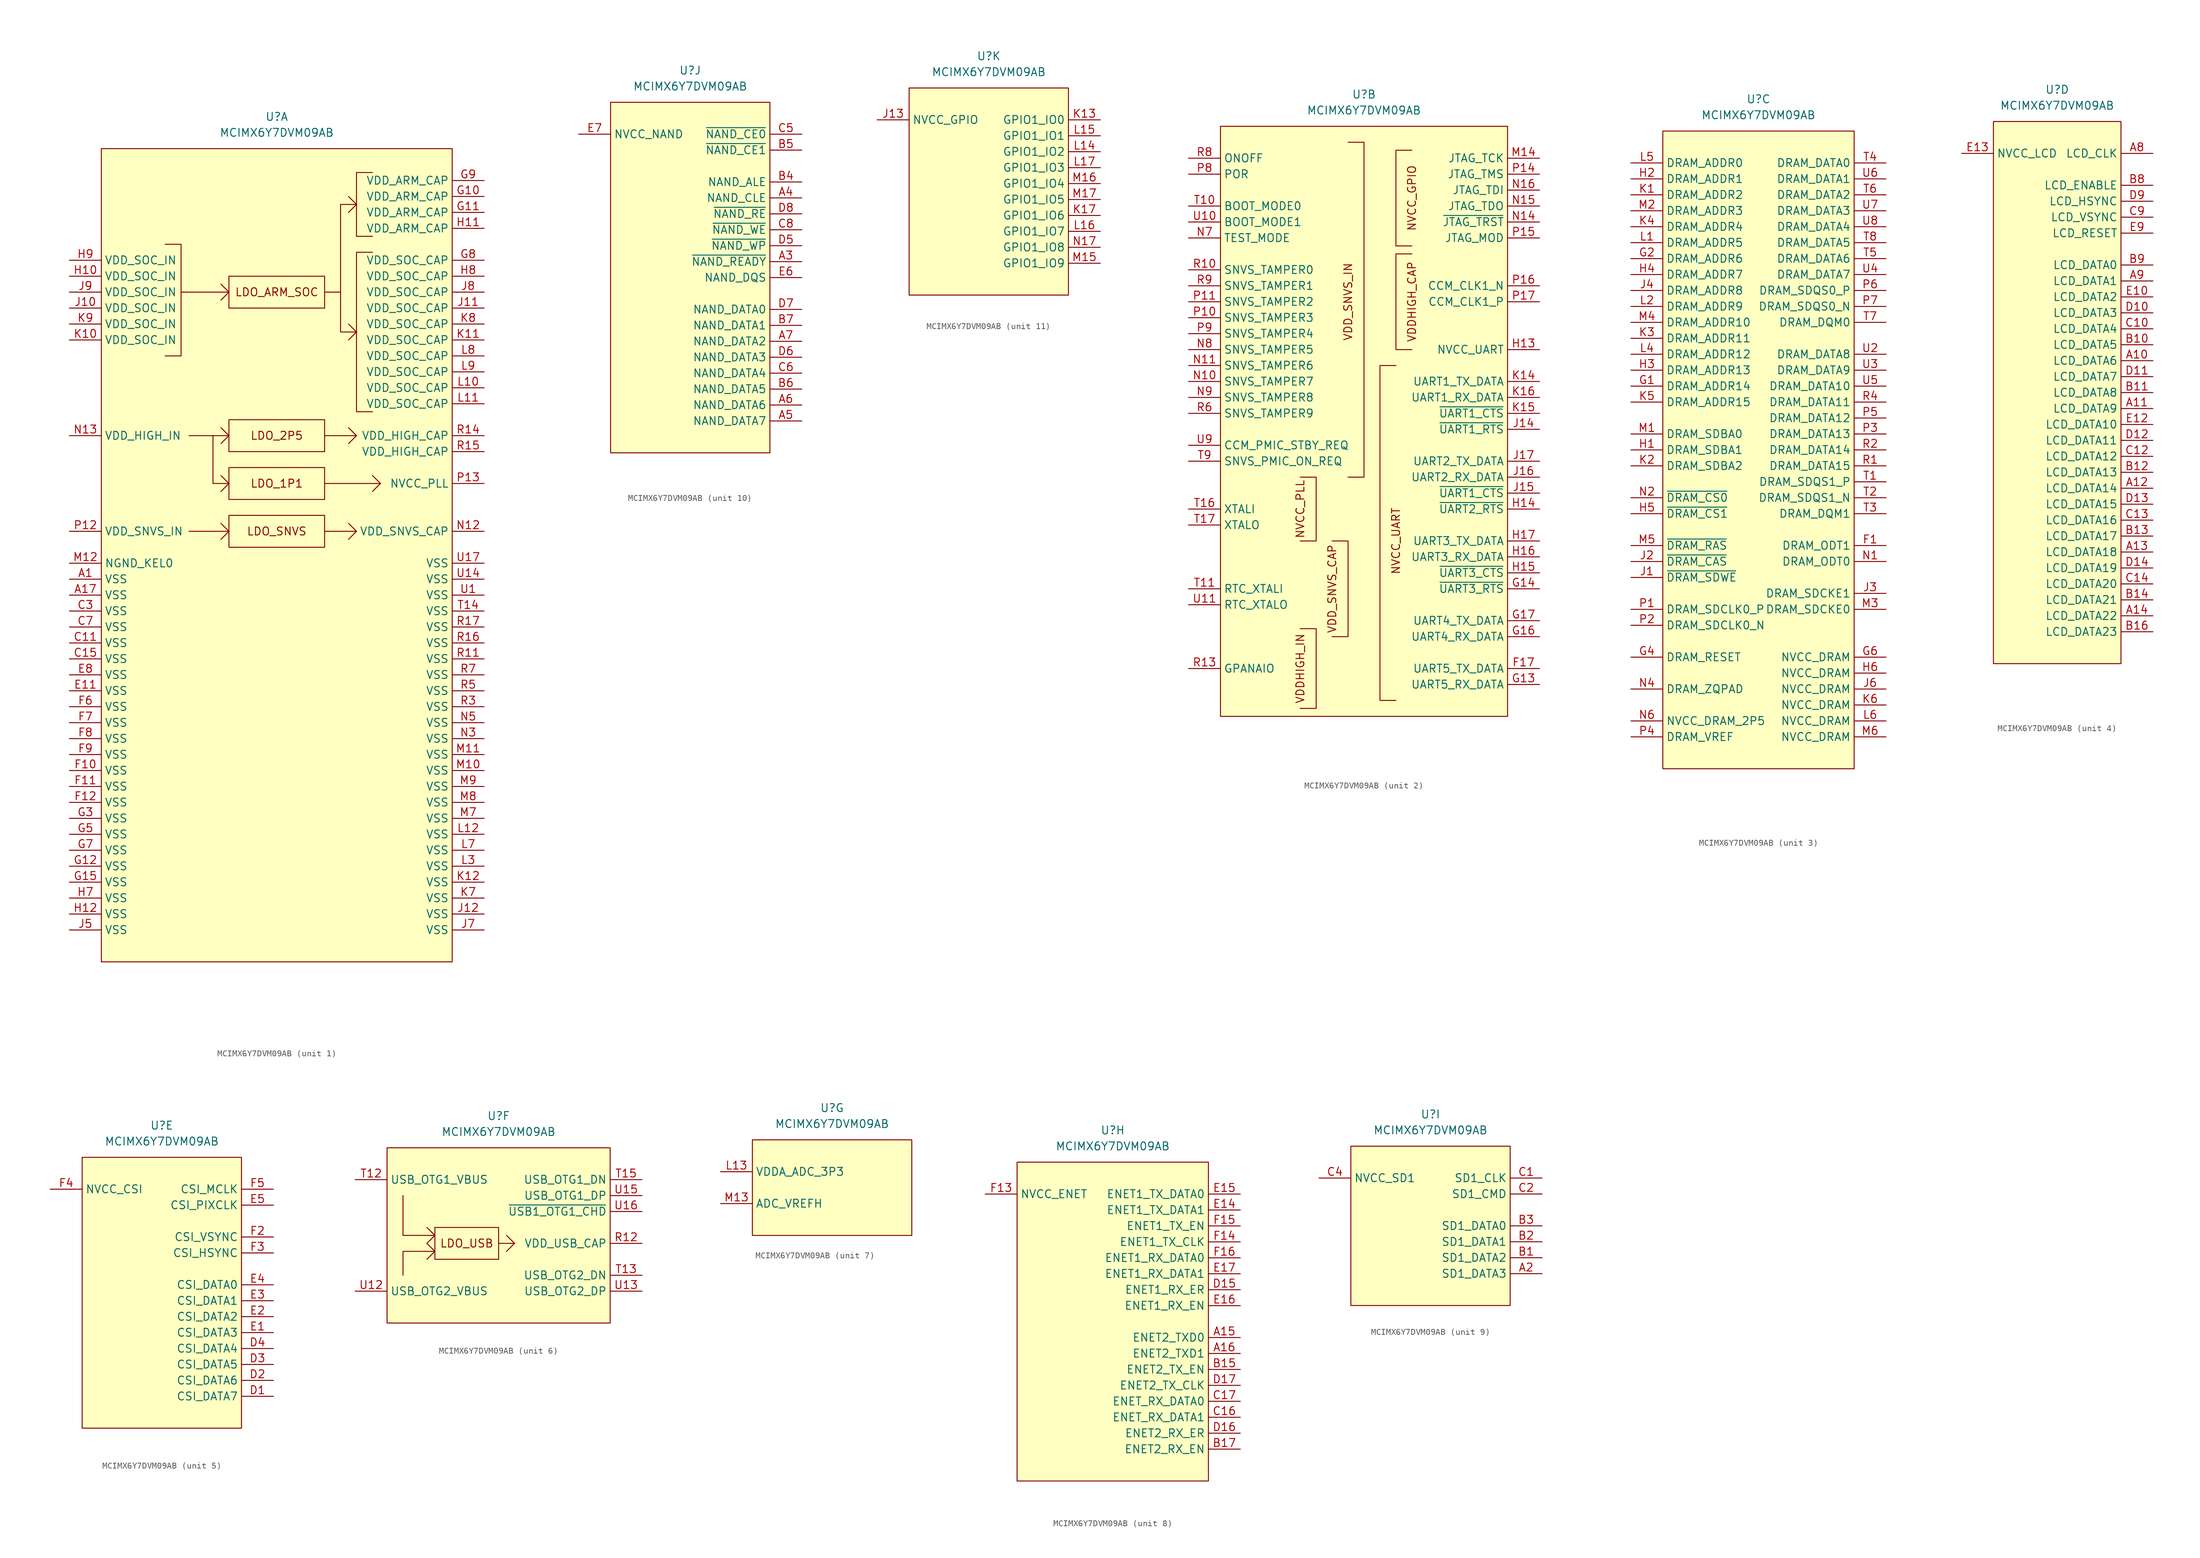
<source format=kicad_sym>
(kicad_symbol_lib
  (version 20220914)
  (generator kicad_symbol_editor)
  (symbol "MCIMX6Y7DVM09AB"
    (property "Reference" "U"
      (at 0 0 0)
      (effects (font (size 1.27 1.27))))
    (property "Value" "MCIMX6Y7DVM09AB"
      (at 0 -2.54 0)
      (effects (font (size 1.27 1.27))))
    (property "ki_locked" ""
      (at 0 0 0)
      (effects (font (size 1.27 1.27))))
    (symbol "MCIMX6Y7DVM09AB_1_0"
      (rectangle (start -7.62 -63.5) (end 7.62 -68.58) (stroke (width 0.152) (type default)) (fill (type none)))
      (rectangle (start -7.62 -55.88) (end 7.62 -60.96) (stroke (width 0.152) (type default)) (fill (type none)))
      (rectangle (start -7.62 -48.26) (end 7.62 -53.34) (stroke (width 0.152) (type default)) (fill (type none)))
      (rectangle (start -7.62 -25.4) (end 7.62 -30.48) (stroke (width 0.152) (type default)) (fill (type none)))
      (polyline (pts (xy -15.24 -27.94) (xy -7.62 -27.94)) (stroke (width 0.152) (type default)) (fill (type none)))
      (polyline (pts (xy -13.97 -66.04) (xy -7.62 -66.04)) (stroke (width 0.152) (type default)) (fill (type none)))
      (polyline (pts (xy -13.97 -50.8) (xy -7.62 -50.8)) (stroke (width 0.152) (type default)) (fill (type none)))
      (polyline (pts (xy 7.62 -66.04) (xy 12.7 -66.04)) (stroke (width 0.152) (type default)) (fill (type none)))
      (polyline (pts (xy 7.62 -58.42) (xy 16.51 -58.42)) (stroke (width 0.152) (type default)) (fill (type none)))
      (polyline (pts (xy 7.62 -50.8) (xy 12.7 -50.8)) (stroke (width 0.152) (type default)) (fill (type none)))
      (polyline (pts (xy -8.89 -64.77) (xy -7.62 -66.04) (xy -8.89 -67.31)) (stroke (width 0.152) (type default)) (fill (type none)))
      (polyline (pts (xy -8.89 -57.15) (xy -7.62 -58.42) (xy -8.89 -59.69)) (stroke (width 0.152) (type default)) (fill (type none)))
      (polyline (pts (xy -8.89 -49.53) (xy -7.62 -50.8) (xy -8.89 -52.07)) (stroke (width 0.152) (type default)) (fill (type none)))
      (polyline (pts (xy -8.89 -26.67) (xy -7.62 -27.94) (xy -8.89 -29.21)) (stroke (width 0.152) (type default)) (fill (type none)))
      (polyline (pts (xy -7.62 -58.42) (xy -10.16 -58.42) (xy -10.16 -50.8)) (stroke (width 0.152) (type default)) (fill (type none)))
      (polyline (pts (xy 10.16 -27.94) (xy 10.16 -34.29) (xy 12.7 -34.29)) (stroke (width 0.152) (type default)) (fill (type none)))
      (polyline (pts (xy 11.43 -64.77) (xy 12.7 -66.04) (xy 11.43 -67.31)) (stroke (width 0.152) (type default)) (fill (type none)))
      (polyline (pts (xy 11.43 -52.07) (xy 12.7 -50.8) (xy 11.43 -49.53)) (stroke (width 0.152) (type default)) (fill (type none)))
      (polyline (pts (xy 11.43 -33.02) (xy 12.7 -34.29) (xy 11.43 -35.56)) (stroke (width 0.152) (type default)) (fill (type none)))
      (polyline (pts (xy 11.43 -12.7) (xy 12.7 -13.97) (xy 11.43 -15.24)) (stroke (width 0.152) (type default)) (fill (type none)))
      (polyline (pts (xy 15.24 -59.69) (xy 16.51 -58.42) (xy 15.24 -57.15)) (stroke (width 0.152) (type default)) (fill (type none)))
      (polyline (pts (xy -17.78 -20.32) (xy -15.24 -20.32) (xy -15.24 -38.1) (xy -17.78 -38.1)) (stroke (width 0.152) (type default)) (fill (type none)))
      (polyline (pts (xy 7.62 -27.94) (xy 10.16 -27.94) (xy 10.16 -13.97) (xy 12.7 -13.97)) (stroke (width 0.152) (type default)) (fill (type none)))
      (polyline (pts (xy 15.24 -21.59) (xy 12.7 -21.59) (xy 12.7 -46.99) (xy 15.24 -46.99)) (stroke (width 0.152) (type default)) (fill (type none)))
      (polyline (pts (xy 15.24 -8.89) (xy 12.7 -8.89) (xy 12.7 -19.05) (xy 15.24 -19.05)) (stroke (width 0.152) (type default)) (fill (type none)))
      (text "LDO_1P1" (at 0 -58.42 0) (effects (font (size 1.27 1.27))))
      (text "LDO_2P5" (at 0 -50.8 0) (effects (font (size 1.27 1.27))))
      (text "LDO_ARM_SOC" (at 0 -27.94 0) (effects (font (size 1.27 1.27))))
      (text "LDO_SNVS" (at 0 -66.04 0) (effects (font (size 1.27 1.27)))))
    (symbol "MCIMX6Y7DVM09AB_1_1"
      (rectangle (start -27.94 -5.08) (end 27.94 -134.62) (stroke (width 0.152) (type default)) (fill (type background)))
      (pin power_in line (at -33.02 -73.66 0) (length 5.08) (name "VSS" (effects (font (size 1.27 1.27)))) (number "A1" (effects (font (size 1.27 1.27)))))
      (pin power_in line (at -33.02 -76.2 0) (length 5.08) (name "VSS" (effects (font (size 1.27 1.27)))) (number "A17" (effects (font (size 1.27 1.27)))))
      (pin power_in line (at -33.02 -83.82 0) (length 5.08) (name "VSS" (effects (font (size 1.27 1.27)))) (number "C11" (effects (font (size 1.27 1.27)))))
      (pin power_in line (at -33.02 -86.36 0) (length 5.08) (name "VSS" (effects (font (size 1.27 1.27)))) (number "C15" (effects (font (size 1.27 1.27)))))
      (pin power_in line (at -33.02 -78.74 0) (length 5.08) (name "VSS" (effects (font (size 1.27 1.27)))) (number "C3" (effects (font (size 1.27 1.27)))))
      (pin power_in line (at -33.02 -81.28 0) (length 5.08) (name "VSS" (effects (font (size 1.27 1.27)))) (number "C7" (effects (font (size 1.27 1.27)))))
      (pin power_in line (at -33.02 -91.44 0) (length 5.08) (name "VSS" (effects (font (size 1.27 1.27)))) (number "E11" (effects (font (size 1.27 1.27)))))
      (pin power_in line (at -33.02 -88.9 0) (length 5.08) (name "VSS" (effects (font (size 1.27 1.27)))) (number "E8" (effects (font (size 1.27 1.27)))))
      (pin power_in line (at -33.02 -104.14 0) (length 5.08) (name "VSS" (effects (font (size 1.27 1.27)))) (number "F10" (effects (font (size 1.27 1.27)))))
      (pin power_in line (at -33.02 -106.68 0) (length 5.08) (name "VSS" (effects (font (size 1.27 1.27)))) (number "F11" (effects (font (size 1.27 1.27)))))
      (pin power_in line (at -33.02 -109.22 0) (length 5.08) (name "VSS" (effects (font (size 1.27 1.27)))) (number "F12" (effects (font (size 1.27 1.27)))))
      (pin power_in line (at -33.02 -93.98 0) (length 5.08) (name "VSS" (effects (font (size 1.27 1.27)))) (number "F6" (effects (font (size 1.27 1.27)))))
      (pin power_in line (at -33.02 -96.52 0) (length 5.08) (name "VSS" (effects (font (size 1.27 1.27)))) (number "F7" (effects (font (size 1.27 1.27)))))
      (pin power_in line (at -33.02 -99.06 0) (length 5.08) (name "VSS" (effects (font (size 1.27 1.27)))) (number "F8" (effects (font (size 1.27 1.27)))))
      (pin power_in line (at -33.02 -101.6 0) (length 5.08) (name "VSS" (effects (font (size 1.27 1.27)))) (number "F9" (effects (font (size 1.27 1.27)))))
      (pin power_out line (at 33.02 -12.7 180) (length 5.08) (name "VDD_ARM_CAP" (effects (font (size 1.27 1.27)))) (number "G10" (effects (font (size 1.27 1.27)))))
      (pin power_out line (at 33.02 -15.24 180) (length 5.08) (name "VDD_ARM_CAP" (effects (font (size 1.27 1.27)))) (number "G11" (effects (font (size 1.27 1.27)))))
      (pin power_in line (at -33.02 -119.38 0) (length 5.08) (name "VSS" (effects (font (size 1.27 1.27)))) (number "G12" (effects (font (size 1.27 1.27)))))
      (pin power_in line (at -33.02 -121.92 0) (length 5.08) (name "VSS" (effects (font (size 1.27 1.27)))) (number "G15" (effects (font (size 1.27 1.27)))))
      (pin power_in line (at -33.02 -111.76 0) (length 5.08) (name "VSS" (effects (font (size 1.27 1.27)))) (number "G3" (effects (font (size 1.27 1.27)))))
      (pin power_in line (at -33.02 -114.3 0) (length 5.08) (name "VSS" (effects (font (size 1.27 1.27)))) (number "G5" (effects (font (size 1.27 1.27)))))
      (pin power_in line (at -33.02 -116.84 0) (length 5.08) (name "VSS" (effects (font (size 1.27 1.27)))) (number "G7" (effects (font (size 1.27 1.27)))))
      (pin power_out line (at 33.02 -22.86 180) (length 5.08) (name "VDD_SOC_CAP" (effects (font (size 1.27 1.27)))) (number "G8" (effects (font (size 1.27 1.27)))))
      (pin power_out line (at 33.02 -10.16 180) (length 5.08) (name "VDD_ARM_CAP" (effects (font (size 1.27 1.27)))) (number "G9" (effects (font (size 1.27 1.27)))))
      (pin power_in line (at -33.02 -25.4 0) (length 5.08) (name "VDD_SOC_IN" (effects (font (size 1.27 1.27)))) (number "H10" (effects (font (size 1.27 1.27)))))
      (pin power_out line (at 33.02 -17.78 180) (length 5.08) (name "VDD_ARM_CAP" (effects (font (size 1.27 1.27)))) (number "H11" (effects (font (size 1.27 1.27)))))
      (pin power_in line (at -33.02 -127 0) (length 5.08) (name "VSS" (effects (font (size 1.27 1.27)))) (number "H12" (effects (font (size 1.27 1.27)))))
      (pin power_in line (at -33.02 -124.46 0) (length 5.08) (name "VSS" (effects (font (size 1.27 1.27)))) (number "H7" (effects (font (size 1.27 1.27)))))
      (pin power_out line (at 33.02 -25.4 180) (length 5.08) (name "VDD_SOC_CAP" (effects (font (size 1.27 1.27)))) (number "H8" (effects (font (size 1.27 1.27)))))
      (pin power_in line (at -33.02 -22.86 0) (length 5.08) (name "VDD_SOC_IN" (effects (font (size 1.27 1.27)))) (number "H9" (effects (font (size 1.27 1.27)))))
      (pin power_in line (at -33.02 -30.48 0) (length 5.08) (name "VDD_SOC_IN" (effects (font (size 1.27 1.27)))) (number "J10" (effects (font (size 1.27 1.27)))))
      (pin power_out line (at 33.02 -30.48 180) (length 5.08) (name "VDD_SOC_CAP" (effects (font (size 1.27 1.27)))) (number "J11" (effects (font (size 1.27 1.27)))))
      (pin power_out line (at 33.02 -127 180) (length 5.08) (name "VSS" (effects (font (size 1.27 1.27)))) (number "J12" (effects (font (size 1.27 1.27)))))
      (pin power_in line (at -33.02 -129.54 0) (length 5.08) (name "VSS" (effects (font (size 1.27 1.27)))) (number "J5" (effects (font (size 1.27 1.27)))))
      (pin power_out line (at 33.02 -129.54 180) (length 5.08) (name "VSS" (effects (font (size 1.27 1.27)))) (number "J7" (effects (font (size 1.27 1.27)))))
      (pin power_out line (at 33.02 -27.94 180) (length 5.08) (name "VDD_SOC_CAP" (effects (font (size 1.27 1.27)))) (number "J8" (effects (font (size 1.27 1.27)))))
      (pin power_in line (at -33.02 -27.94 0) (length 5.08) (name "VDD_SOC_IN" (effects (font (size 1.27 1.27)))) (number "J9" (effects (font (size 1.27 1.27)))))
      (pin power_in line (at -33.02 -35.56 0) (length 5.08) (name "VDD_SOC_IN" (effects (font (size 1.27 1.27)))) (number "K10" (effects (font (size 1.27 1.27)))))
      (pin power_out line (at 33.02 -35.56 180) (length 5.08) (name "VDD_SOC_CAP" (effects (font (size 1.27 1.27)))) (number "K11" (effects (font (size 1.27 1.27)))))
      (pin power_out line (at 33.02 -121.92 180) (length 5.08) (name "VSS" (effects (font (size 1.27 1.27)))) (number "K12" (effects (font (size 1.27 1.27)))))
      (pin power_out line (at 33.02 -124.46 180) (length 5.08) (name "VSS" (effects (font (size 1.27 1.27)))) (number "K7" (effects (font (size 1.27 1.27)))))
      (pin power_out line (at 33.02 -33.02 180) (length 5.08) (name "VDD_SOC_CAP" (effects (font (size 1.27 1.27)))) (number "K8" (effects (font (size 1.27 1.27)))))
      (pin power_in line (at -33.02 -33.02 0) (length 5.08) (name "VDD_SOC_IN" (effects (font (size 1.27 1.27)))) (number "K9" (effects (font (size 1.27 1.27)))))
      (pin power_out line (at 33.02 -43.18 180) (length 5.08) (name "VDD_SOC_CAP" (effects (font (size 1.27 1.27)))) (number "L10" (effects (font (size 1.27 1.27)))))
      (pin power_out line (at 33.02 -45.72 180) (length 5.08) (name "VDD_SOC_CAP" (effects (font (size 1.27 1.27)))) (number "L11" (effects (font (size 1.27 1.27)))))
      (pin power_out line (at 33.02 -114.3 180) (length 5.08) (name "VSS" (effects (font (size 1.27 1.27)))) (number "L12" (effects (font (size 1.27 1.27)))))
      (pin power_out line (at 33.02 -119.38 180) (length 5.08) (name "VSS" (effects (font (size 1.27 1.27)))) (number "L3" (effects (font (size 1.27 1.27)))))
      (pin power_out line (at 33.02 -116.84 180) (length 5.08) (name "VSS" (effects (font (size 1.27 1.27)))) (number "L7" (effects (font (size 1.27 1.27)))))
      (pin power_out line (at 33.02 -38.1 180) (length 5.08) (name "VDD_SOC_CAP" (effects (font (size 1.27 1.27)))) (number "L8" (effects (font (size 1.27 1.27)))))
      (pin power_out line (at 33.02 -40.64 180) (length 5.08) (name "VDD_SOC_CAP" (effects (font (size 1.27 1.27)))) (number "L9" (effects (font (size 1.27 1.27)))))
      (pin power_out line (at 33.02 -104.14 180) (length 5.08) (name "VSS" (effects (font (size 1.27 1.27)))) (number "M10" (effects (font (size 1.27 1.27)))))
      (pin power_out line (at 33.02 -101.6 180) (length 5.08) (name "VSS" (effects (font (size 1.27 1.27)))) (number "M11" (effects (font (size 1.27 1.27)))))
      (pin power_in line (at -33.02 -71.12 0) (length 5.08) (name "NGND_KEL0" (effects (font (size 1.27 1.27)))) (number "M12" (effects (font (size 1.27 1.27)))))
      (pin power_out line (at 33.02 -111.76 180) (length 5.08) (name "VSS" (effects (font (size 1.27 1.27)))) (number "M7" (effects (font (size 1.27 1.27)))))
      (pin power_out line (at 33.02 -109.22 180) (length 5.08) (name "VSS" (effects (font (size 1.27 1.27)))) (number "M8" (effects (font (size 1.27 1.27)))))
      (pin power_out line (at 33.02 -106.68 180) (length 5.08) (name "VSS" (effects (font (size 1.27 1.27)))) (number "M9" (effects (font (size 1.27 1.27)))))
      (pin power_out line (at 33.02 -66.04 180) (length 5.08) (name "VDD_SNVS_CAP" (effects (font (size 1.27 1.27)))) (number "N12" (effects (font (size 1.27 1.27)))))
      (pin power_in line (at -33.02 -50.8 0) (length 5.08) (name "VDD_HIGH_IN" (effects (font (size 1.27 1.27)))) (number "N13" (effects (font (size 1.27 1.27)))))
      (pin power_out line (at 33.02 -99.06 180) (length 5.08) (name "VSS" (effects (font (size 1.27 1.27)))) (number "N3" (effects (font (size 1.27 1.27)))))
      (pin power_out line (at 33.02 -96.52 180) (length 5.08) (name "VSS" (effects (font (size 1.27 1.27)))) (number "N5" (effects (font (size 1.27 1.27)))))
      (pin power_in line (at -33.02 -66.04 0) (length 5.08) (name "VDD_SNVS_IN" (effects (font (size 1.27 1.27)))) (number "P12" (effects (font (size 1.27 1.27)))))
      (pin power_out line (at 33.02 -58.42 180) (length 5.08) (name "NVCC_PLL" (effects (font (size 1.27 1.27)))) (number "P13" (effects (font (size 1.27 1.27)))))
      (pin power_out line (at 33.02 -86.36 180) (length 5.08) (name "VSS" (effects (font (size 1.27 1.27)))) (number "R11" (effects (font (size 1.27 1.27)))))
      (pin power_out line (at 33.02 -50.8 180) (length 5.08) (name "VDD_HIGH_CAP" (effects (font (size 1.27 1.27)))) (number "R14" (effects (font (size 1.27 1.27)))))
      (pin power_out line (at 33.02 -53.34 180) (length 5.08) (name "VDD_HIGH_CAP" (effects (font (size 1.27 1.27)))) (number "R15" (effects (font (size 1.27 1.27)))))
      (pin power_out line (at 33.02 -83.82 180) (length 5.08) (name "VSS" (effects (font (size 1.27 1.27)))) (number "R16" (effects (font (size 1.27 1.27)))))
      (pin power_out line (at 33.02 -81.28 180) (length 5.08) (name "VSS" (effects (font (size 1.27 1.27)))) (number "R17" (effects (font (size 1.27 1.27)))))
      (pin power_out line (at 33.02 -93.98 180) (length 5.08) (name "VSS" (effects (font (size 1.27 1.27)))) (number "R3" (effects (font (size 1.27 1.27)))))
      (pin power_out line (at 33.02 -91.44 180) (length 5.08) (name "VSS" (effects (font (size 1.27 1.27)))) (number "R5" (effects (font (size 1.27 1.27)))))
      (pin power_out line (at 33.02 -88.9 180) (length 5.08) (name "VSS" (effects (font (size 1.27 1.27)))) (number "R7" (effects (font (size 1.27 1.27)))))
      (pin power_out line (at 33.02 -78.74 180) (length 5.08) (name "VSS" (effects (font (size 1.27 1.27)))) (number "T14" (effects (font (size 1.27 1.27)))))
      (pin power_out line (at 33.02 -76.2 180) (length 5.08) (name "VSS" (effects (font (size 1.27 1.27)))) (number "U1" (effects (font (size 1.27 1.27)))))
      (pin power_out line (at 33.02 -73.66 180) (length 5.08) (name "VSS" (effects (font (size 1.27 1.27)))) (number "U14" (effects (font (size 1.27 1.27)))))
      (pin power_out line (at 33.02 -71.12 180) (length 5.08) (name "VSS" (effects (font (size 1.27 1.27)))) (number "U17" (effects (font (size 1.27 1.27))))))
    (symbol "MCIMX6Y7DVM09AB_2_0"
      (rectangle (start -22.86 -5.08) (end 22.86 -99.06) (stroke (width 0.152) (type default)) (fill (type background)))
      (polyline (pts (xy -10.16 -60.96) (xy -7.62 -60.96) (xy -7.62 -71.12) (xy -10.16 -71.12)) (stroke (width 0.152) (type default)) (fill (type none)))
      (polyline (pts (xy -5.08 -71.12) (xy -2.54 -71.12) (xy -2.54 -86.36) (xy -5.08 -86.36)) (stroke (width 0.152) (type default)) (fill (type none)))
      (polyline (pts (xy 5.08 -43.18) (xy 2.54 -43.18) (xy 2.54 -96.52) (xy 5.08 -96.52)) (stroke (width 0.152) (type default)) (fill (type none)))
      (polyline (pts (xy 7.62 -40.64) (xy 5.08 -40.64) (xy 5.08 -25.4) (xy 7.62 -25.4)) (stroke (width 0.152) (type default)) (fill (type none)))
      (polyline (pts (xy 7.62 -24.13) (xy 5.08 -24.13) (xy 5.08 -8.89) (xy 7.62 -8.89)) (stroke (width 0.152) (type default)) (fill (type none))))
    (symbol "MCIMX6Y7DVM09AB_2_1"
      (polyline (pts (xy -10.16 -85.09) (xy -7.62 -85.09) (xy -7.62 -97.79) (xy -10.16 -97.79)) (stroke (width 0.152) (type default)) (fill (type none)))
      (polyline (pts (xy -2.54 -7.62) (xy 0 -7.62) (xy 0 -60.96) (xy -2.54 -60.96)) (stroke (width 0.152) (type default)) (fill (type none)))
      (text "NVCC_GPIO" (at 7.62 -16.51 900) (effects (font (size 1.27 1.27))))
      (text "NVCC_PLL" (at -10.16 -66.04 900) (effects (font (size 1.27 1.27))))
      (text "NVCC_UART" (at 5.08 -71.12 900) (effects (font (size 1.27 1.27))))
      (text "VDD_SNVS_CAP" (at -5.08 -78.74 900) (effects (font (size 1.27 1.27))))
      (text "VDD_SNVS_IN" (at -2.54 -33.02 900) (effects (font (size 1.27 1.27))))
      (text "VDDHIGH_CAP" (at 7.62 -33.02 900) (effects (font (size 1.27 1.27))))
      (text "VDDHIGH_IN" (at -10.16 -91.44 900) (effects (font (size 1.27 1.27))))
      (pin output line (at 27.94 -91.44 180) (length 5.08) (name "UART5_TX_DATA" (effects (font (size 1.27 1.27)))) (number "F17" (effects (font (size 1.27 1.27)))))
      (pin input line (at 27.94 -93.98 180) (length 5.08) (name "UART5_RX_DATA" (effects (font (size 1.27 1.27)))) (number "G13" (effects (font (size 1.27 1.27)))))
      (pin output line (at 27.94 -78.74 180) (length 5.08) (name "~{UART3_RTS}" (effects (font (size 1.27 1.27)))) (number "G14" (effects (font (size 1.27 1.27)))))
      (pin input line (at 27.94 -86.36 180) (length 5.08) (name "UART4_RX_DATA" (effects (font (size 1.27 1.27)))) (number "G16" (effects (font (size 1.27 1.27)))))
      (pin output line (at 27.94 -83.82 180) (length 5.08) (name "UART4_TX_DATA" (effects (font (size 1.27 1.27)))) (number "G17" (effects (font (size 1.27 1.27)))))
      (pin power_in line (at 27.94 -40.64 180) (length 5.08) (name "NVCC_UART" (effects (font (size 1.27 1.27)))) (number "H13" (effects (font (size 1.27 1.27)))))
      (pin output line (at 27.94 -66.04 180) (length 5.08) (name "~{UART2_RTS}" (effects (font (size 1.27 1.27)))) (number "H14" (effects (font (size 1.27 1.27)))))
      (pin output line (at 27.94 -76.2 180) (length 5.08) (name "~{UART3_CTS}" (effects (font (size 1.27 1.27)))) (number "H15" (effects (font (size 1.27 1.27)))))
      (pin input line (at 27.94 -73.66 180) (length 5.08) (name "UART3_RX_DATA" (effects (font (size 1.27 1.27)))) (number "H16" (effects (font (size 1.27 1.27)))))
      (pin output line (at 27.94 -71.12 180) (length 5.08) (name "UART3_TX_DATA" (effects (font (size 1.27 1.27)))) (number "H17" (effects (font (size 1.27 1.27)))))
      (pin output line (at 27.94 -53.34 180) (length 5.08) (name "~{UART1_RTS}" (effects (font (size 1.27 1.27)))) (number "J14" (effects (font (size 1.27 1.27)))))
      (pin output line (at 27.94 -63.5 180) (length 5.08) (name "~{UART1_CTS}" (effects (font (size 1.27 1.27)))) (number "J15" (effects (font (size 1.27 1.27)))))
      (pin input line (at 27.94 -60.96 180) (length 5.08) (name "UART2_RX_DATA" (effects (font (size 1.27 1.27)))) (number "J16" (effects (font (size 1.27 1.27)))))
      (pin output line (at 27.94 -58.42 180) (length 5.08) (name "UART2_TX_DATA" (effects (font (size 1.27 1.27)))) (number "J17" (effects (font (size 1.27 1.27)))))
      (pin output line (at 27.94 -45.72 180) (length 5.08) (name "UART1_TX_DATA" (effects (font (size 1.27 1.27)))) (number "K14" (effects (font (size 1.27 1.27)))))
      (pin output line (at 27.94 -50.8 180) (length 5.08) (name "~{UART1_CTS}" (effects (font (size 1.27 1.27)))) (number "K15" (effects (font (size 1.27 1.27)))))
      (pin input line (at 27.94 -48.26 180) (length 5.08) (name "UART1_RX_DATA" (effects (font (size 1.27 1.27)))) (number "K16" (effects (font (size 1.27 1.27)))))
      (pin input line (at 27.94 -10.16 180) (length 5.08) (name "JTAG_TCK" (effects (font (size 1.27 1.27)))) (number "M14" (effects (font (size 1.27 1.27)))))
      (pin input line (at -27.94 -45.72 0) (length 5.08) (name "SNVS_TAMPER7" (effects (font (size 1.27 1.27)))) (number "N10" (effects (font (size 1.27 1.27)))))
      (pin input line (at -27.94 -43.18 0) (length 5.08) (name "SNVS_TAMPER6" (effects (font (size 1.27 1.27)))) (number "N11" (effects (font (size 1.27 1.27)))))
      (pin input line (at 27.94 -20.32 180) (length 5.08) (name "~{JTAG_TRST}" (effects (font (size 1.27 1.27)))) (number "N14" (effects (font (size 1.27 1.27)))))
      (pin output line (at 27.94 -17.78 180) (length 5.08) (name "JTAG_TDO" (effects (font (size 1.27 1.27)))) (number "N15" (effects (font (size 1.27 1.27)))))
      (pin input line (at 27.94 -15.24 180) (length 5.08) (name "JTAG_TDI" (effects (font (size 1.27 1.27)))) (number "N16" (effects (font (size 1.27 1.27)))))
      (pin input line (at -27.94 -22.86 0) (length 5.08) (name "TEST_MODE" (effects (font (size 1.27 1.27)))) (number "N7" (effects (font (size 1.27 1.27)))))
      (pin input line (at -27.94 -40.64 0) (length 5.08) (name "SNVS_TAMPER5" (effects (font (size 1.27 1.27)))) (number "N8" (effects (font (size 1.27 1.27)))))
      (pin input line (at -27.94 -48.26 0) (length 5.08) (name "SNVS_TAMPER8" (effects (font (size 1.27 1.27)))) (number "N9" (effects (font (size 1.27 1.27)))))
      (pin input line (at -27.94 -35.56 0) (length 5.08) (name "SNVS_TAMPER3" (effects (font (size 1.27 1.27)))) (number "P10" (effects (font (size 1.27 1.27)))))
      (pin input line (at -27.94 -33.02 0) (length 5.08) (name "SNVS_TAMPER2" (effects (font (size 1.27 1.27)))) (number "P11" (effects (font (size 1.27 1.27)))))
      (pin input line (at 27.94 -12.7 180) (length 5.08) (name "JTAG_TMS" (effects (font (size 1.27 1.27)))) (number "P14" (effects (font (size 1.27 1.27)))))
      (pin input line (at 27.94 -22.86 180) (length 5.08) (name "JTAG_MOD" (effects (font (size 1.27 1.27)))) (number "P15" (effects (font (size 1.27 1.27)))))
      (pin output line (at 27.94 -30.48 180) (length 5.08) (name "CCM_CLK1_N" (effects (font (size 1.27 1.27)))) (number "P16" (effects (font (size 1.27 1.27)))))
      (pin output line (at 27.94 -33.02 180) (length 5.08) (name "CCM_CLK1_P" (effects (font (size 1.27 1.27)))) (number "P17" (effects (font (size 1.27 1.27)))))
      (pin input line (at -27.94 -12.7 0) (length 5.08) (name "POR" (effects (font (size 1.27 1.27)))) (number "P8" (effects (font (size 1.27 1.27)))))
      (pin input line (at -27.94 -38.1 0) (length 5.08) (name "SNVS_TAMPER4" (effects (font (size 1.27 1.27)))) (number "P9" (effects (font (size 1.27 1.27)))))
      (pin input line (at -27.94 -27.94 0) (length 5.08) (name "SNVS_TAMPER0" (effects (font (size 1.27 1.27)))) (number "R10" (effects (font (size 1.27 1.27)))))
      (pin input line (at -27.94 -91.44 0) (length 5.08) (name "GPANAIO" (effects (font (size 1.27 1.27)))) (number "R13" (effects (font (size 1.27 1.27)))))
      (pin input line (at -27.94 -50.8 0) (length 5.08) (name "SNVS_TAMPER9" (effects (font (size 1.27 1.27)))) (number "R6" (effects (font (size 1.27 1.27)))))
      (pin input line (at -27.94 -10.16 0) (length 5.08) (name "ONOFF" (effects (font (size 1.27 1.27)))) (number "R8" (effects (font (size 1.27 1.27)))))
      (pin input line (at -27.94 -30.48 0) (length 5.08) (name "SNVS_TAMPER1" (effects (font (size 1.27 1.27)))) (number "R9" (effects (font (size 1.27 1.27)))))
      (pin input line (at -27.94 -17.78 0) (length 5.08) (name "BOOT_MODE0" (effects (font (size 1.27 1.27)))) (number "T10" (effects (font (size 1.27 1.27)))))
      (pin input line (at -27.94 -78.74 0) (length 5.08) (name "RTC_XTALI" (effects (font (size 1.27 1.27)))) (number "T11" (effects (font (size 1.27 1.27)))))
      (pin input line (at -27.94 -66.04 0) (length 5.08) (name "XTALI" (effects (font (size 1.27 1.27)))) (number "T16" (effects (font (size 1.27 1.27)))))
      (pin output line (at -27.94 -68.58 0) (length 5.08) (name "XTALO" (effects (font (size 1.27 1.27)))) (number "T17" (effects (font (size 1.27 1.27)))))
      (pin input line (at -27.94 -58.42 0) (length 5.08) (name "SNVS_PMIC_ON_REQ" (effects (font (size 1.27 1.27)))) (number "T9" (effects (font (size 1.27 1.27)))))
      (pin input line (at -27.94 -20.32 0) (length 5.08) (name "BOOT_MODE1" (effects (font (size 1.27 1.27)))) (number "U10" (effects (font (size 1.27 1.27)))))
      (pin output line (at -27.94 -81.28 0) (length 5.08) (name "RTC_XTALO" (effects (font (size 1.27 1.27)))) (number "U11" (effects (font (size 1.27 1.27)))))
      (pin input line (at -27.94 -55.88 0) (length 5.08) (name "CCM_PMIC_STBY_REQ" (effects (font (size 1.27 1.27)))) (number "U9" (effects (font (size 1.27 1.27))))))
    (symbol "MCIMX6Y7DVM09AB_3_1"
      (rectangle (start -15.24 -5.08) (end 15.24 -106.68) (stroke (width 0.152) (type default)) (fill (type background)))
      (pin output line (at 20.32 -71.12 180) (length 5.08) (name "DRAM_ODT1" (effects (font (size 1.27 1.27)))) (number "F1" (effects (font (size 1.27 1.27)))))
      (pin output line (at -20.32 -45.72 0) (length 5.08) (name "DRAM_ADDR14" (effects (font (size 1.27 1.27)))) (number "G1" (effects (font (size 1.27 1.27)))))
      (pin output line (at -20.32 -25.4 0) (length 5.08) (name "DRAM_ADDR6" (effects (font (size 1.27 1.27)))) (number "G2" (effects (font (size 1.27 1.27)))))
      (pin output line (at -20.32 -88.9 0) (length 5.08) (name "DRAM_RESET" (effects (font (size 1.27 1.27)))) (number "G4" (effects (font (size 1.27 1.27)))))
      (pin power_in line (at 20.32 -88.9 180) (length 5.08) (name "NVCC_DRAM" (effects (font (size 1.27 1.27)))) (number "G6" (effects (font (size 1.27 1.27)))))
      (pin output line (at -20.32 -55.88 0) (length 5.08) (name "DRAM_SDBA1" (effects (font (size 1.27 1.27)))) (number "H1" (effects (font (size 1.27 1.27)))))
      (pin output line (at -20.32 -12.7 0) (length 5.08) (name "DRAM_ADDR1" (effects (font (size 1.27 1.27)))) (number "H2" (effects (font (size 1.27 1.27)))))
      (pin output line (at -20.32 -43.18 0) (length 5.08) (name "DRAM_ADDR13" (effects (font (size 1.27 1.27)))) (number "H3" (effects (font (size 1.27 1.27)))))
      (pin output line (at -20.32 -27.94 0) (length 5.08) (name "DRAM_ADDR7" (effects (font (size 1.27 1.27)))) (number "H4" (effects (font (size 1.27 1.27)))))
      (pin output line (at -20.32 -66.04 0) (length 5.08) (name "~{DRAM_CS1}" (effects (font (size 1.27 1.27)))) (number "H5" (effects (font (size 1.27 1.27)))))
      (pin power_in line (at 20.32 -91.44 180) (length 5.08) (name "NVCC_DRAM" (effects (font (size 1.27 1.27)))) (number "H6" (effects (font (size 1.27 1.27)))))
      (pin output line (at -20.32 -76.2 0) (length 5.08) (name "~{DRAM_SDWE}" (effects (font (size 1.27 1.27)))) (number "J1" (effects (font (size 1.27 1.27)))))
      (pin output line (at -20.32 -73.66 0) (length 5.08) (name "~{DRAM_CAS}" (effects (font (size 1.27 1.27)))) (number "J2" (effects (font (size 1.27 1.27)))))
      (pin output line (at 20.32 -78.74 180) (length 5.08) (name "DRAM_SDCKE1" (effects (font (size 1.27 1.27)))) (number "J3" (effects (font (size 1.27 1.27)))))
      (pin output line (at -20.32 -30.48 0) (length 5.08) (name "DRAM_ADDR8" (effects (font (size 1.27 1.27)))) (number "J4" (effects (font (size 1.27 1.27)))))
      (pin power_in line (at 20.32 -93.98 180) (length 5.08) (name "NVCC_DRAM" (effects (font (size 1.27 1.27)))) (number "J6" (effects (font (size 1.27 1.27)))))
      (pin output line (at -20.32 -15.24 0) (length 5.08) (name "DRAM_ADDR2" (effects (font (size 1.27 1.27)))) (number "K1" (effects (font (size 1.27 1.27)))))
      (pin output line (at -20.32 -58.42 0) (length 5.08) (name "DRAM_SDBA2" (effects (font (size 1.27 1.27)))) (number "K2" (effects (font (size 1.27 1.27)))))
      (pin output line (at -20.32 -38.1 0) (length 5.08) (name "DRAM_ADDR11" (effects (font (size 1.27 1.27)))) (number "K3" (effects (font (size 1.27 1.27)))))
      (pin output line (at -20.32 -20.32 0) (length 5.08) (name "DRAM_ADDR4" (effects (font (size 1.27 1.27)))) (number "K4" (effects (font (size 1.27 1.27)))))
      (pin output line (at -20.32 -48.26 0) (length 5.08) (name "DRAM_ADDR15" (effects (font (size 1.27 1.27)))) (number "K5" (effects (font (size 1.27 1.27)))))
      (pin power_in line (at 20.32 -96.52 180) (length 5.08) (name "NVCC_DRAM" (effects (font (size 1.27 1.27)))) (number "K6" (effects (font (size 1.27 1.27)))))
      (pin output line (at -20.32 -22.86 0) (length 5.08) (name "DRAM_ADDR5" (effects (font (size 1.27 1.27)))) (number "L1" (effects (font (size 1.27 1.27)))))
      (pin output line (at -20.32 -33.02 0) (length 5.08) (name "DRAM_ADDR9" (effects (font (size 1.27 1.27)))) (number "L2" (effects (font (size 1.27 1.27)))))
      (pin output line (at -20.32 -40.64 0) (length 5.08) (name "DRAM_ADDR12" (effects (font (size 1.27 1.27)))) (number "L4" (effects (font (size 1.27 1.27)))))
      (pin output line (at -20.32 -10.16 0) (length 5.08) (name "DRAM_ADDR0" (effects (font (size 1.27 1.27)))) (number "L5" (effects (font (size 1.27 1.27)))))
      (pin power_in line (at 20.32 -99.06 180) (length 5.08) (name "NVCC_DRAM" (effects (font (size 1.27 1.27)))) (number "L6" (effects (font (size 1.27 1.27)))))
      (pin output line (at -20.32 -53.34 0) (length 5.08) (name "DRAM_SDBA0" (effects (font (size 1.27 1.27)))) (number "M1" (effects (font (size 1.27 1.27)))))
      (pin output line (at -20.32 -17.78 0) (length 5.08) (name "DRAM_ADDR3" (effects (font (size 1.27 1.27)))) (number "M2" (effects (font (size 1.27 1.27)))))
      (pin output line (at 20.32 -81.28 180) (length 5.08) (name "DRAM_SDCKE0" (effects (font (size 1.27 1.27)))) (number "M3" (effects (font (size 1.27 1.27)))))
      (pin output line (at -20.32 -35.56 0) (length 5.08) (name "DRAM_ADDR10" (effects (font (size 1.27 1.27)))) (number "M4" (effects (font (size 1.27 1.27)))))
      (pin output line (at -20.32 -71.12 0) (length 5.08) (name "~{DRAM_RAS}" (effects (font (size 1.27 1.27)))) (number "M5" (effects (font (size 1.27 1.27)))))
      (pin power_in line (at 20.32 -101.6 180) (length 5.08) (name "NVCC_DRAM" (effects (font (size 1.27 1.27)))) (number "M6" (effects (font (size 1.27 1.27)))))
      (pin output line (at 20.32 -73.66 180) (length 5.08) (name "DRAM_ODT0" (effects (font (size 1.27 1.27)))) (number "N1" (effects (font (size 1.27 1.27)))))
      (pin output line (at -20.32 -63.5 0) (length 5.08) (name "~{DRAM_CS0}" (effects (font (size 1.27 1.27)))) (number "N2" (effects (font (size 1.27 1.27)))))
      (pin output line (at -20.32 -93.98 0) (length 5.08) (name "DRAM_ZQPAD" (effects (font (size 1.27 1.27)))) (number "N4" (effects (font (size 1.27 1.27)))))
      (pin power_in line (at -20.32 -99.06 0) (length 5.08) (name "NVCC_DRAM_2P5" (effects (font (size 1.27 1.27)))) (number "N6" (effects (font (size 1.27 1.27)))))
      (pin output line (at -20.32 -81.28 0) (length 5.08) (name "DRAM_SDCLK0_P" (effects (font (size 1.27 1.27)))) (number "P1" (effects (font (size 1.27 1.27)))))
      (pin output line (at -20.32 -83.82 0) (length 5.08) (name "DRAM_SDCLK0_N" (effects (font (size 1.27 1.27)))) (number "P2" (effects (font (size 1.27 1.27)))))
      (pin bidirectional line (at 20.32 -53.34 180) (length 5.08) (name "DRAM_DATA13" (effects (font (size 1.27 1.27)))) (number "P3" (effects (font (size 1.27 1.27)))))
      (pin power_in line (at -20.32 -101.6 0) (length 5.08) (name "DRAM_VREF" (effects (font (size 1.27 1.27)))) (number "P4" (effects (font (size 1.27 1.27)))))
      (pin bidirectional line (at 20.32 -50.8 180) (length 5.08) (name "DRAM_DATA12" (effects (font (size 1.27 1.27)))) (number "P5" (effects (font (size 1.27 1.27)))))
      (pin output line (at 20.32 -30.48 180) (length 5.08) (name "DRAM_SDQS0_P" (effects (font (size 1.27 1.27)))) (number "P6" (effects (font (size 1.27 1.27)))))
      (pin output line (at 20.32 -33.02 180) (length 5.08) (name "DRAM_SDQS0_N" (effects (font (size 1.27 1.27)))) (number "P7" (effects (font (size 1.27 1.27)))))
      (pin bidirectional line (at 20.32 -58.42 180) (length 5.08) (name "DRAM_DATA15" (effects (font (size 1.27 1.27)))) (number "R1" (effects (font (size 1.27 1.27)))))
      (pin bidirectional line (at 20.32 -55.88 180) (length 5.08) (name "DRAM_DATA14" (effects (font (size 1.27 1.27)))) (number "R2" (effects (font (size 1.27 1.27)))))
      (pin bidirectional line (at 20.32 -48.26 180) (length 5.08) (name "DRAM_DATA11" (effects (font (size 1.27 1.27)))) (number "R4" (effects (font (size 1.27 1.27)))))
      (pin output line (at 20.32 -60.96 180) (length 5.08) (name "DRAM_SDQS1_P" (effects (font (size 1.27 1.27)))) (number "T1" (effects (font (size 1.27 1.27)))))
      (pin output line (at 20.32 -63.5 180) (length 5.08) (name "DRAM_SDQS1_N" (effects (font (size 1.27 1.27)))) (number "T2" (effects (font (size 1.27 1.27)))))
      (pin output line (at 20.32 -66.04 180) (length 5.08) (name "DRAM_DQM1" (effects (font (size 1.27 1.27)))) (number "T3" (effects (font (size 1.27 1.27)))))
      (pin bidirectional line (at 20.32 -10.16 180) (length 5.08) (name "DRAM_DATA0" (effects (font (size 1.27 1.27)))) (number "T4" (effects (font (size 1.27 1.27)))))
      (pin bidirectional line (at 20.32 -25.4 180) (length 5.08) (name "DRAM_DATA6" (effects (font (size 1.27 1.27)))) (number "T5" (effects (font (size 1.27 1.27)))))
      (pin bidirectional line (at 20.32 -15.24 180) (length 5.08) (name "DRAM_DATA2" (effects (font (size 1.27 1.27)))) (number "T6" (effects (font (size 1.27 1.27)))))
      (pin output line (at 20.32 -35.56 180) (length 5.08) (name "DRAM_DQM0" (effects (font (size 1.27 1.27)))) (number "T7" (effects (font (size 1.27 1.27)))))
      (pin bidirectional line (at 20.32 -22.86 180) (length 5.08) (name "DRAM_DATA5" (effects (font (size 1.27 1.27)))) (number "T8" (effects (font (size 1.27 1.27)))))
      (pin bidirectional line (at 20.32 -40.64 180) (length 5.08) (name "DRAM_DATA8" (effects (font (size 1.27 1.27)))) (number "U2" (effects (font (size 1.27 1.27)))))
      (pin bidirectional line (at 20.32 -43.18 180) (length 5.08) (name "DRAM_DATA9" (effects (font (size 1.27 1.27)))) (number "U3" (effects (font (size 1.27 1.27)))))
      (pin bidirectional line (at 20.32 -27.94 180) (length 5.08) (name "DRAM_DATA7" (effects (font (size 1.27 1.27)))) (number "U4" (effects (font (size 1.27 1.27)))))
      (pin bidirectional line (at 20.32 -45.72 180) (length 5.08) (name "DRAM_DATA10" (effects (font (size 1.27 1.27)))) (number "U5" (effects (font (size 1.27 1.27)))))
      (pin bidirectional line (at 20.32 -12.7 180) (length 5.08) (name "DRAM_DATA1" (effects (font (size 1.27 1.27)))) (number "U6" (effects (font (size 1.27 1.27)))))
      (pin bidirectional line (at 20.32 -17.78 180) (length 5.08) (name "DRAM_DATA3" (effects (font (size 1.27 1.27)))) (number "U7" (effects (font (size 1.27 1.27)))))
      (pin bidirectional line (at 20.32 -20.32 180) (length 5.08) (name "DRAM_DATA4" (effects (font (size 1.27 1.27)))) (number "U8" (effects (font (size 1.27 1.27))))))
    (symbol "MCIMX6Y7DVM09AB_4_1"
      (rectangle (start -10.16 -5.08) (end 10.16 -91.44) (stroke (width 0.152) (type default)) (fill (type background)))
      (pin bidirectional line (at 15.24 -43.18 180) (length 5.08) (name "LCD_DATA6" (effects (font (size 1.27 1.27)))) (number "A10" (effects (font (size 1.27 1.27)))))
      (pin bidirectional line (at 15.24 -50.8 180) (length 5.08) (name "LCD_DATA9" (effects (font (size 1.27 1.27)))) (number "A11" (effects (font (size 1.27 1.27)))))
      (pin bidirectional line (at 15.24 -63.5 180) (length 5.08) (name "LCD_DATA14" (effects (font (size 1.27 1.27)))) (number "A12" (effects (font (size 1.27 1.27)))))
      (pin bidirectional line (at 15.24 -73.66 180) (length 5.08) (name "LCD_DATA18" (effects (font (size 1.27 1.27)))) (number "A13" (effects (font (size 1.27 1.27)))))
      (pin bidirectional line (at 15.24 -83.82 180) (length 5.08) (name "LCD_DATA22" (effects (font (size 1.27 1.27)))) (number "A14" (effects (font (size 1.27 1.27)))))
      (pin bidirectional line (at 15.24 -10.16 180) (length 5.08) (name "LCD_CLK" (effects (font (size 1.27 1.27)))) (number "A8" (effects (font (size 1.27 1.27)))))
      (pin bidirectional line (at 15.24 -30.48 180) (length 5.08) (name "LCD_DATA1" (effects (font (size 1.27 1.27)))) (number "A9" (effects (font (size 1.27 1.27)))))
      (pin bidirectional line (at 15.24 -40.64 180) (length 5.08) (name "LCD_DATA5" (effects (font (size 1.27 1.27)))) (number "B10" (effects (font (size 1.27 1.27)))))
      (pin bidirectional line (at 15.24 -48.26 180) (length 5.08) (name "LCD_DATA8" (effects (font (size 1.27 1.27)))) (number "B11" (effects (font (size 1.27 1.27)))))
      (pin bidirectional line (at 15.24 -60.96 180) (length 5.08) (name "LCD_DATA13" (effects (font (size 1.27 1.27)))) (number "B12" (effects (font (size 1.27 1.27)))))
      (pin bidirectional line (at 15.24 -71.12 180) (length 5.08) (name "LCD_DATA17" (effects (font (size 1.27 1.27)))) (number "B13" (effects (font (size 1.27 1.27)))))
      (pin bidirectional line (at 15.24 -81.28 180) (length 5.08) (name "LCD_DATA21" (effects (font (size 1.27 1.27)))) (number "B14" (effects (font (size 1.27 1.27)))))
      (pin bidirectional line (at 15.24 -86.36 180) (length 5.08) (name "LCD_DATA23" (effects (font (size 1.27 1.27)))) (number "B16" (effects (font (size 1.27 1.27)))))
      (pin bidirectional line (at 15.24 -15.24 180) (length 5.08) (name "LCD_ENABLE" (effects (font (size 1.27 1.27)))) (number "B8" (effects (font (size 1.27 1.27)))))
      (pin bidirectional line (at 15.24 -27.94 180) (length 5.08) (name "LCD_DATA0" (effects (font (size 1.27 1.27)))) (number "B9" (effects (font (size 1.27 1.27)))))
      (pin bidirectional line (at 15.24 -38.1 180) (length 5.08) (name "LCD_DATA4" (effects (font (size 1.27 1.27)))) (number "C10" (effects (font (size 1.27 1.27)))))
      (pin bidirectional line (at 15.24 -58.42 180) (length 5.08) (name "LCD_DATA12" (effects (font (size 1.27 1.27)))) (number "C12" (effects (font (size 1.27 1.27)))))
      (pin bidirectional line (at 15.24 -68.58 180) (length 5.08) (name "LCD_DATA16" (effects (font (size 1.27 1.27)))) (number "C13" (effects (font (size 1.27 1.27)))))
      (pin bidirectional line (at 15.24 -78.74 180) (length 5.08) (name "LCD_DATA20" (effects (font (size 1.27 1.27)))) (number "C14" (effects (font (size 1.27 1.27)))))
      (pin bidirectional line (at 15.24 -20.32 180) (length 5.08) (name "LCD_VSYNC" (effects (font (size 1.27 1.27)))) (number "C9" (effects (font (size 1.27 1.27)))))
      (pin bidirectional line (at 15.24 -35.56 180) (length 5.08) (name "LCD_DATA3" (effects (font (size 1.27 1.27)))) (number "D10" (effects (font (size 1.27 1.27)))))
      (pin bidirectional line (at 15.24 -45.72 180) (length 5.08) (name "LCD_DATA7" (effects (font (size 1.27 1.27)))) (number "D11" (effects (font (size 1.27 1.27)))))
      (pin bidirectional line (at 15.24 -55.88 180) (length 5.08) (name "LCD_DATA11" (effects (font (size 1.27 1.27)))) (number "D12" (effects (font (size 1.27 1.27)))))
      (pin bidirectional line (at 15.24 -66.04 180) (length 5.08) (name "LCD_DATA15" (effects (font (size 1.27 1.27)))) (number "D13" (effects (font (size 1.27 1.27)))))
      (pin bidirectional line (at 15.24 -76.2 180) (length 5.08) (name "LCD_DATA19" (effects (font (size 1.27 1.27)))) (number "D14" (effects (font (size 1.27 1.27)))))
      (pin bidirectional line (at 15.24 -17.78 180) (length 5.08) (name "LCD_HSYNC" (effects (font (size 1.27 1.27)))) (number "D9" (effects (font (size 1.27 1.27)))))
      (pin bidirectional line (at 15.24 -33.02 180) (length 5.08) (name "LCD_DATA2" (effects (font (size 1.27 1.27)))) (number "E10" (effects (font (size 1.27 1.27)))))
      (pin bidirectional line (at 15.24 -53.34 180) (length 5.08) (name "LCD_DATA10" (effects (font (size 1.27 1.27)))) (number "E12" (effects (font (size 1.27 1.27)))))
      (pin power_in line (at -15.24 -10.16 0) (length 5.08) (name "NVCC_LCD" (effects (font (size 1.27 1.27)))) (number "E13" (effects (font (size 1.27 1.27)))))
      (pin bidirectional line (at 15.24 -22.86 180) (length 5.08) (name "LCD_RESET" (effects (font (size 1.27 1.27)))) (number "E9" (effects (font (size 1.27 1.27))))))
    (symbol "MCIMX6Y7DVM09AB_5_1"
      (rectangle (start -12.7 -5.08) (end 12.7 -48.26) (stroke (width 0.152) (type default)) (fill (type background)))
      (pin bidirectional line (at 17.78 -43.18 180) (length 5.08) (name "CSI_DATA7" (effects (font (size 1.27 1.27)))) (number "D1" (effects (font (size 1.27 1.27)))))
      (pin bidirectional line (at 17.78 -40.64 180) (length 5.08) (name "CSI_DATA6" (effects (font (size 1.27 1.27)))) (number "D2" (effects (font (size 1.27 1.27)))))
      (pin bidirectional line (at 17.78 -38.1 180) (length 5.08) (name "CSI_DATA5" (effects (font (size 1.27 1.27)))) (number "D3" (effects (font (size 1.27 1.27)))))
      (pin bidirectional line (at 17.78 -35.56 180) (length 5.08) (name "CSI_DATA4" (effects (font (size 1.27 1.27)))) (number "D4" (effects (font (size 1.27 1.27)))))
      (pin bidirectional line (at 17.78 -33.02 180) (length 5.08) (name "CSI_DATA3" (effects (font (size 1.27 1.27)))) (number "E1" (effects (font (size 1.27 1.27)))))
      (pin bidirectional line (at 17.78 -30.48 180) (length 5.08) (name "CSI_DATA2" (effects (font (size 1.27 1.27)))) (number "E2" (effects (font (size 1.27 1.27)))))
      (pin bidirectional line (at 17.78 -27.94 180) (length 5.08) (name "CSI_DATA1" (effects (font (size 1.27 1.27)))) (number "E3" (effects (font (size 1.27 1.27)))))
      (pin bidirectional line (at 17.78 -25.4 180) (length 5.08) (name "CSI_DATA0" (effects (font (size 1.27 1.27)))) (number "E4" (effects (font (size 1.27 1.27)))))
      (pin bidirectional line (at 17.78 -12.7 180) (length 5.08) (name "CSI_PIXCLK" (effects (font (size 1.27 1.27)))) (number "E5" (effects (font (size 1.27 1.27)))))
      (pin bidirectional line (at 17.78 -17.78 180) (length 5.08) (name "CSI_VSYNC" (effects (font (size 1.27 1.27)))) (number "F2" (effects (font (size 1.27 1.27)))))
      (pin bidirectional line (at 17.78 -20.32 180) (length 5.08) (name "CSI_HSYNC" (effects (font (size 1.27 1.27)))) (number "F3" (effects (font (size 1.27 1.27)))))
      (pin power_in line (at -17.78 -10.16 0) (length 5.08) (name "NVCC_CSI" (effects (font (size 1.27 1.27)))) (number "F4" (effects (font (size 1.27 1.27)))))
      (pin bidirectional line (at 17.78 -10.16 180) (length 5.08) (name "CSI_MCLK" (effects (font (size 1.27 1.27)))) (number "F5" (effects (font (size 1.27 1.27))))))
    (symbol "MCIMX6Y7DVM09AB_6_0"
      (polyline (pts (xy 0 -20.32) (xy 2.54 -20.32)) (stroke (width 0.152) (type default)) (fill (type none)))
      (polyline (pts (xy -15.24 -25.4) (xy -15.24 -21.59) (xy -10.16 -21.59)) (stroke (width 0.152) (type default)) (fill (type none)))
      (polyline (pts (xy -15.24 -12.7) (xy -15.24 -19.05) (xy -10.16 -19.05)) (stroke (width 0.152) (type default)) (fill (type none)))
      (polyline (pts (xy -11.43 -22.86) (xy -10.16 -21.59) (xy -11.43 -20.32)) (stroke (width 0.152) (type default)) (fill (type none)))
      (polyline (pts (xy -11.43 -20.32) (xy -10.16 -19.05) (xy -11.43 -17.78)) (stroke (width 0.152) (type default)) (fill (type none)))
      (polyline (pts (xy 1.27 -21.59) (xy 2.54 -20.32) (xy 1.27 -19.05)) (stroke (width 0.152) (type default)) (fill (type none))))
    (symbol "MCIMX6Y7DVM09AB_6_1"
      (rectangle (start -17.78 -5.08) (end 17.78 -33.02) (stroke (width 0.152) (type default)) (fill (type background)))
      (rectangle (start -10.16 -17.78) (end 0 -22.86) (stroke (width 0.152) (type default)) (fill (type none)))
      (text "LDO_USB" (at -5.08 -20.32 0) (effects (font (size 1.27 1.27))))
      (pin bidirectional line (at 22.86 -20.32 180) (length 5.08) (name "VDD_USB_CAP" (effects (font (size 1.27 1.27)))) (number "R12" (effects (font (size 1.27 1.27)))))
      (pin power_in line (at -22.86 -10.16 0) (length 5.08) (name "USB_OTG1_VBUS" (effects (font (size 1.27 1.27)))) (number "T12" (effects (font (size 1.27 1.27)))))
      (pin bidirectional line (at 22.86 -25.4 180) (length 5.08) (name "USB_OTG2_DN" (effects (font (size 1.27 1.27)))) (number "T13" (effects (font (size 1.27 1.27)))))
      (pin bidirectional line (at 22.86 -10.16 180) (length 5.08) (name "USB_OTG1_DN" (effects (font (size 1.27 1.27)))) (number "T15" (effects (font (size 1.27 1.27)))))
      (pin power_in line (at -22.86 -27.94 0) (length 5.08) (name "USB_OTG2_VBUS" (effects (font (size 1.27 1.27)))) (number "U12" (effects (font (size 1.27 1.27)))))
      (pin bidirectional line (at 22.86 -27.94 180) (length 5.08) (name "USB_OTG2_DP" (effects (font (size 1.27 1.27)))) (number "U13" (effects (font (size 1.27 1.27)))))
      (pin bidirectional line (at 22.86 -12.7 180) (length 5.08) (name "USB_OTG1_DP" (effects (font (size 1.27 1.27)))) (number "U15" (effects (font (size 1.27 1.27)))))
      (pin bidirectional line (at 22.86 -15.24 180) (length 5.08) (name "~{USB1_OTG1_CHD}" (effects (font (size 1.27 1.27)))) (number "U16" (effects (font (size 1.27 1.27))))))
    (symbol "MCIMX6Y7DVM09AB_7_1"
      (rectangle (start -12.7 -5.08) (end 12.7 -20.32) (stroke (width 0.152) (type default)) (fill (type background)))
      (pin power_in line (at -17.78 -10.16 0) (length 5.08) (name "VDDA_ADC_3P3" (effects (font (size 1.27 1.27)))) (number "L13" (effects (font (size 1.27 1.27)))))
      (pin power_in line (at -17.78 -15.24 0) (length 5.08) (name "ADC_VREFH" (effects (font (size 1.27 1.27)))) (number "M13" (effects (font (size 1.27 1.27))))))
    (symbol "MCIMX6Y7DVM09AB_8_1"
      (rectangle (start -15.24 -5.08) (end 15.24 -55.88) (stroke (width 0.152) (type default)) (fill (type background)))
      (pin bidirectional line (at 20.32 -33.02 180) (length 5.08) (name "ENET2_TXD0" (effects (font (size 1.27 1.27)))) (number "A15" (effects (font (size 1.27 1.27)))))
      (pin bidirectional line (at 20.32 -35.56 180) (length 5.08) (name "ENET2_TXD1" (effects (font (size 1.27 1.27)))) (number "A16" (effects (font (size 1.27 1.27)))))
      (pin bidirectional line (at 20.32 -38.1 180) (length 5.08) (name "ENET2_TX_EN" (effects (font (size 1.27 1.27)))) (number "B15" (effects (font (size 1.27 1.27)))))
      (pin bidirectional line (at 20.32 -50.8 180) (length 5.08) (name "ENET2_RX_EN" (effects (font (size 1.27 1.27)))) (number "B17" (effects (font (size 1.27 1.27)))))
      (pin bidirectional line (at 20.32 -45.72 180) (length 5.08) (name "ENET_RX_DATA1" (effects (font (size 1.27 1.27)))) (number "C16" (effects (font (size 1.27 1.27)))))
      (pin bidirectional line (at 20.32 -43.18 180) (length 5.08) (name "ENET_RX_DATA0" (effects (font (size 1.27 1.27)))) (number "C17" (effects (font (size 1.27 1.27)))))
      (pin bidirectional line (at 20.32 -25.4 180) (length 5.08) (name "ENET1_RX_ER" (effects (font (size 1.27 1.27)))) (number "D15" (effects (font (size 1.27 1.27)))))
      (pin bidirectional line (at 20.32 -48.26 180) (length 5.08) (name "ENET2_RX_ER" (effects (font (size 1.27 1.27)))) (number "D16" (effects (font (size 1.27 1.27)))))
      (pin bidirectional line (at 20.32 -40.64 180) (length 5.08) (name "ENET2_TX_CLK" (effects (font (size 1.27 1.27)))) (number "D17" (effects (font (size 1.27 1.27)))))
      (pin bidirectional line (at 20.32 -12.7 180) (length 5.08) (name "ENET1_TX_DATA1" (effects (font (size 1.27 1.27)))) (number "E14" (effects (font (size 1.27 1.27)))))
      (pin bidirectional line (at 20.32 -10.16 180) (length 5.08) (name "ENET1_TX_DATA0" (effects (font (size 1.27 1.27)))) (number "E15" (effects (font (size 1.27 1.27)))))
      (pin bidirectional line (at 20.32 -27.94 180) (length 5.08) (name "ENET1_RX_EN" (effects (font (size 1.27 1.27)))) (number "E16" (effects (font (size 1.27 1.27)))))
      (pin bidirectional line (at 20.32 -22.86 180) (length 5.08) (name "ENET1_RX_DATA1" (effects (font (size 1.27 1.27)))) (number "E17" (effects (font (size 1.27 1.27)))))
      (pin power_in line (at -20.32 -10.16 0) (length 5.08) (name "NVCC_ENET" (effects (font (size 1.27 1.27)))) (number "F13" (effects (font (size 1.27 1.27)))))
      (pin bidirectional line (at 20.32 -17.78 180) (length 5.08) (name "ENET1_TX_CLK" (effects (font (size 1.27 1.27)))) (number "F14" (effects (font (size 1.27 1.27)))))
      (pin bidirectional line (at 20.32 -15.24 180) (length 5.08) (name "ENET1_TX_EN" (effects (font (size 1.27 1.27)))) (number "F15" (effects (font (size 1.27 1.27)))))
      (pin bidirectional line (at 20.32 -20.32 180) (length 5.08) (name "ENET1_RX_DATA0" (effects (font (size 1.27 1.27)))) (number "F16" (effects (font (size 1.27 1.27))))))
    (symbol "MCIMX6Y7DVM09AB_9_1"
      (rectangle (start -12.7 -5.08) (end 12.7 -30.48) (stroke (width 0.152) (type default)) (fill (type background)))
      (pin bidirectional line (at 17.78 -25.4 180) (length 5.08) (name "SD1_DATA3" (effects (font (size 1.27 1.27)))) (number "A2" (effects (font (size 1.27 1.27)))))
      (pin bidirectional line (at 17.78 -22.86 180) (length 5.08) (name "SD1_DATA2" (effects (font (size 1.27 1.27)))) (number "B1" (effects (font (size 1.27 1.27)))))
      (pin bidirectional line (at 17.78 -20.32 180) (length 5.08) (name "SD1_DATA1" (effects (font (size 1.27 1.27)))) (number "B2" (effects (font (size 1.27 1.27)))))
      (pin bidirectional line (at 17.78 -17.78 180) (length 5.08) (name "SD1_DATA0" (effects (font (size 1.27 1.27)))) (number "B3" (effects (font (size 1.27 1.27)))))
      (pin bidirectional line (at 17.78 -10.16 180) (length 5.08) (name "SD1_CLK" (effects (font (size 1.27 1.27)))) (number "C1" (effects (font (size 1.27 1.27)))))
      (pin bidirectional line (at 17.78 -12.7 180) (length 5.08) (name "SD1_CMD" (effects (font (size 1.27 1.27)))) (number "C2" (effects (font (size 1.27 1.27)))))
      (pin power_in line (at -17.78 -10.16 0) (length 5.08) (name "NVCC_SD1" (effects (font (size 1.27 1.27)))) (number "C4" (effects (font (size 1.27 1.27))))))
    (symbol "MCIMX6Y7DVM09AB_10_1"
      (rectangle (start -12.7 -5.08) (end 12.7 -60.96) (stroke (width 0.152) (type default)) (fill (type background)))
      (pin bidirectional line (at 17.78 -30.48 180) (length 5.08) (name "~{NAND_READY}" (effects (font (size 1.27 1.27)))) (number "A3" (effects (font (size 1.27 1.27)))))
      (pin bidirectional line (at 17.78 -20.32 180) (length 5.08) (name "NAND_CLE" (effects (font (size 1.27 1.27)))) (number "A4" (effects (font (size 1.27 1.27)))))
      (pin bidirectional line (at 17.78 -55.88 180) (length 5.08) (name "NAND_DATA7" (effects (font (size 1.27 1.27)))) (number "A5" (effects (font (size 1.27 1.27)))))
      (pin bidirectional line (at 17.78 -53.34 180) (length 5.08) (name "NAND_DATA6" (effects (font (size 1.27 1.27)))) (number "A6" (effects (font (size 1.27 1.27)))))
      (pin bidirectional line (at 17.78 -43.18 180) (length 5.08) (name "NAND_DATA2" (effects (font (size 1.27 1.27)))) (number "A7" (effects (font (size 1.27 1.27)))))
      (pin bidirectional line (at 17.78 -17.78 180) (length 5.08) (name "NAND_ALE" (effects (font (size 1.27 1.27)))) (number "B4" (effects (font (size 1.27 1.27)))))
      (pin bidirectional line (at 17.78 -12.7 180) (length 5.08) (name "~{NAND_CE1}" (effects (font (size 1.27 1.27)))) (number "B5" (effects (font (size 1.27 1.27)))))
      (pin bidirectional line (at 17.78 -50.8 180) (length 5.08) (name "NAND_DATA5" (effects (font (size 1.27 1.27)))) (number "B6" (effects (font (size 1.27 1.27)))))
      (pin bidirectional line (at 17.78 -40.64 180) (length 5.08) (name "NAND_DATA1" (effects (font (size 1.27 1.27)))) (number "B7" (effects (font (size 1.27 1.27)))))
      (pin bidirectional line (at 17.78 -10.16 180) (length 5.08) (name "~{NAND_CE0}" (effects (font (size 1.27 1.27)))) (number "C5" (effects (font (size 1.27 1.27)))))
      (pin bidirectional line (at 17.78 -48.26 180) (length 5.08) (name "NAND_DATA4" (effects (font (size 1.27 1.27)))) (number "C6" (effects (font (size 1.27 1.27)))))
      (pin bidirectional line (at 17.78 -25.4 180) (length 5.08) (name "~{NAND_WE}" (effects (font (size 1.27 1.27)))) (number "C8" (effects (font (size 1.27 1.27)))))
      (pin bidirectional line (at 17.78 -27.94 180) (length 5.08) (name "~{NAND_WP}" (effects (font (size 1.27 1.27)))) (number "D5" (effects (font (size 1.27 1.27)))))
      (pin bidirectional line (at 17.78 -45.72 180) (length 5.08) (name "NAND_DATA3" (effects (font (size 1.27 1.27)))) (number "D6" (effects (font (size 1.27 1.27)))))
      (pin bidirectional line (at 17.78 -38.1 180) (length 5.08) (name "NAND_DATA0" (effects (font (size 1.27 1.27)))) (number "D7" (effects (font (size 1.27 1.27)))))
      (pin bidirectional line (at 17.78 -22.86 180) (length 5.08) (name "~{NAND_RE}" (effects (font (size 1.27 1.27)))) (number "D8" (effects (font (size 1.27 1.27)))))
      (pin bidirectional line (at 17.78 -33.02 180) (length 5.08) (name "NAND_DQS" (effects (font (size 1.27 1.27)))) (number "E6" (effects (font (size 1.27 1.27)))))
      (pin power_in line (at -17.78 -10.16 0) (length 5.08) (name "NVCC_NAND" (effects (font (size 1.27 1.27)))) (number "E7" (effects (font (size 1.27 1.27))))))
    (symbol "MCIMX6Y7DVM09AB_11_1"
      (rectangle (start -12.7 -5.08) (end 12.7 -38.1) (stroke (width 0.152) (type default)) (fill (type background)))
      (pin power_in line (at -17.78 -10.16 0) (length 5.08) (name "NVCC_GPIO" (effects (font (size 1.27 1.27)))) (number "J13" (effects (font (size 1.27 1.27)))))
      (pin bidirectional line (at 17.78 -10.16 180) (length 5.08) (name "GPIO1_IO0" (effects (font (size 1.27 1.27)))) (number "K13" (effects (font (size 1.27 1.27)))))
      (pin bidirectional line (at 17.78 -25.4 180) (length 5.08) (name "GPIO1_IO6" (effects (font (size 1.27 1.27)))) (number "K17" (effects (font (size 1.27 1.27)))))
      (pin bidirectional line (at 17.78 -15.24 180) (length 5.08) (name "GPIO1_IO2" (effects (font (size 1.27 1.27)))) (number "L14" (effects (font (size 1.27 1.27)))))
      (pin bidirectional line (at 17.78 -12.7 180) (length 5.08) (name "GPIO1_IO1" (effects (font (size 1.27 1.27)))) (number "L15" (effects (font (size 1.27 1.27)))))
      (pin bidirectional line (at 17.78 -27.94 180) (length 5.08) (name "GPIO1_IO7" (effects (font (size 1.27 1.27)))) (number "L16" (effects (font (size 1.27 1.27)))))
      (pin bidirectional line (at 17.78 -17.78 180) (length 5.08) (name "GPIO1_IO3" (effects (font (size 1.27 1.27)))) (number "L17" (effects (font (size 1.27 1.27)))))
      (pin bidirectional line (at 17.78 -33.02 180) (length 5.08) (name "GPIO1_IO9" (effects (font (size 1.27 1.27)))) (number "M15" (effects (font (size 1.27 1.27)))))
      (pin bidirectional line (at 17.78 -20.32 180) (length 5.08) (name "GPIO1_IO4" (effects (font (size 1.27 1.27)))) (number "M16" (effects (font (size 1.27 1.27)))))
      (pin bidirectional line (at 17.78 -22.86 180) (length 5.08) (name "GPIO1_IO5" (effects (font (size 1.27 1.27)))) (number "M17" (effects (font (size 1.27 1.27)))))
      (pin bidirectional line (at 17.78 -30.48 180) (length 5.08) (name "GPIO1_IO8" (effects (font (size 1.27 1.27)))) (number "N17" (effects (font (size 1.27 1.27))))))))
</source>
